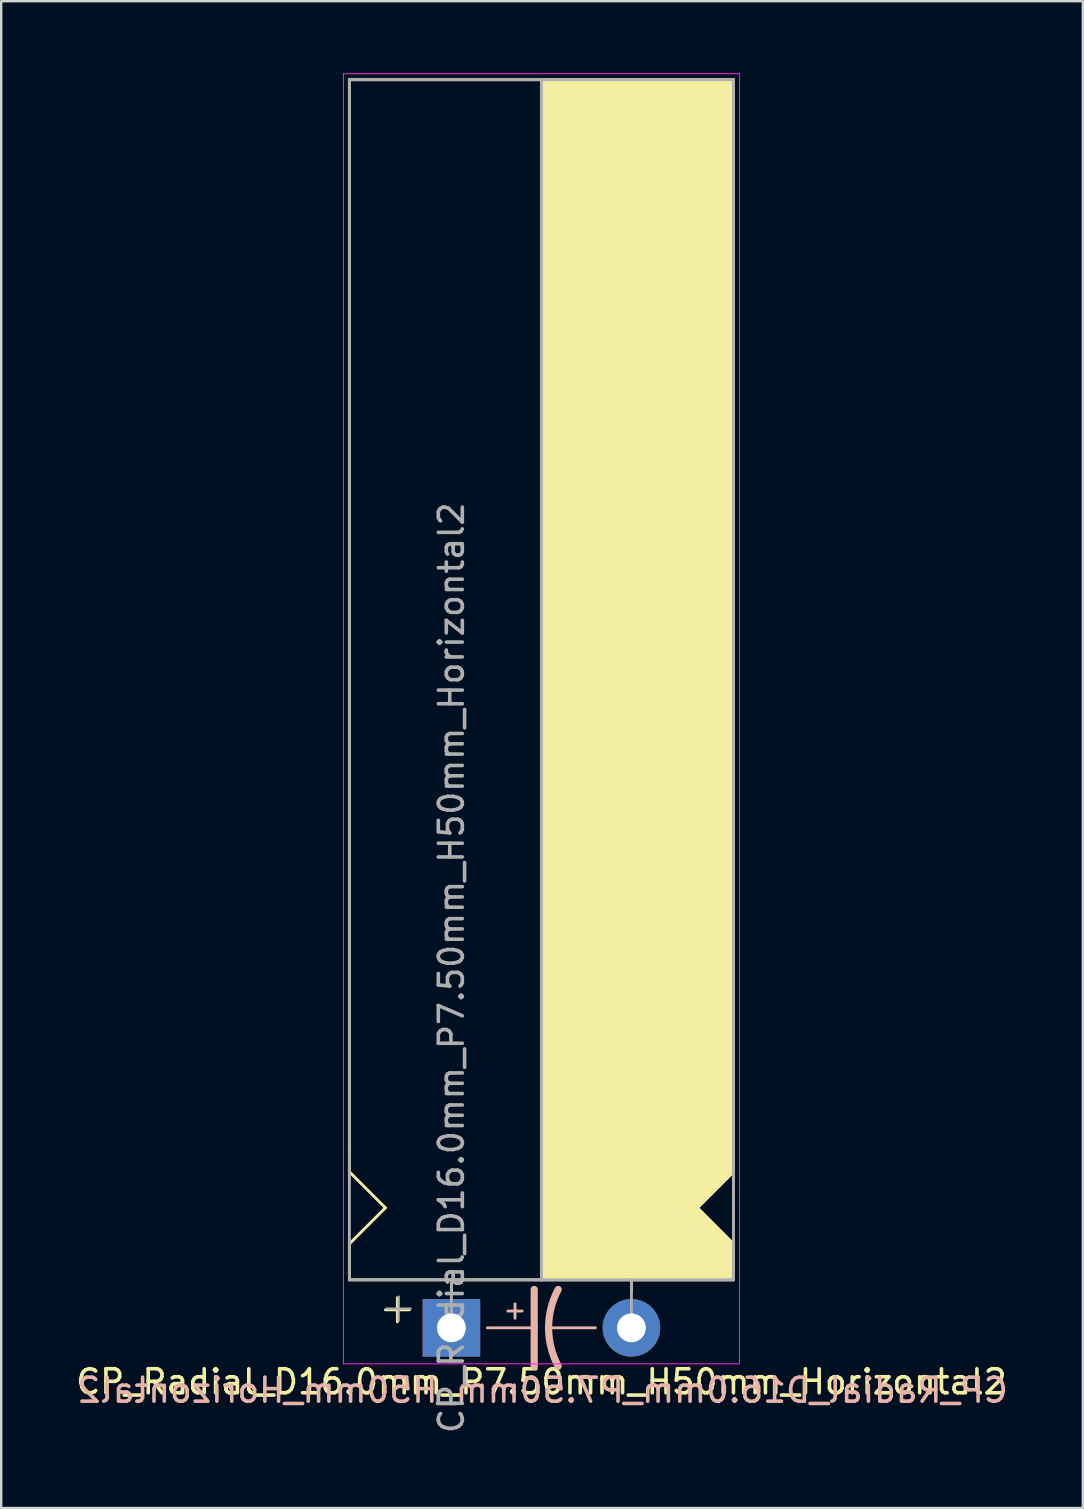
<source format=kicad_pcb>
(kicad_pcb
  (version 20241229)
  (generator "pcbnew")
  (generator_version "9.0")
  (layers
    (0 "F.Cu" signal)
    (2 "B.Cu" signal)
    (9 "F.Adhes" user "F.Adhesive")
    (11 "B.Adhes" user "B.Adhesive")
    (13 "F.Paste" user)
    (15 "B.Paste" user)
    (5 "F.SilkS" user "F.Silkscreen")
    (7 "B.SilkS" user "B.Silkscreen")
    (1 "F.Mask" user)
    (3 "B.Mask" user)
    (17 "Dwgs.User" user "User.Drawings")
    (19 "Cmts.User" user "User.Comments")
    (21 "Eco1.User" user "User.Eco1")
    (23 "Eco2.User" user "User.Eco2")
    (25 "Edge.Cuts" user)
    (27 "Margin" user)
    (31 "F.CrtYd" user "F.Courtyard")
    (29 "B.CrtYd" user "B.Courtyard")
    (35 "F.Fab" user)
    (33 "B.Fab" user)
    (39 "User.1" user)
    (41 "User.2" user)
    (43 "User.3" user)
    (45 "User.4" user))
  (footprint "CP_Radial_D16.0mm_P7.50mm_H50mm_Horizontal2"
    (layer "F.Cu")
    (at 15.756 52.27)
    (property "Reference" "CP_Radial_D16.0mm_P7.50mm_H50mm_Horizontal2" (at 3.75 2.25 0) (layer "F.SilkS") (effects (font (size 1 1) (thickness 0.15))))
    (fp_line (start -4.25 -7.5) (end -4.25 -52) (stroke (width 0.12) (type solid)) (layer "F.SilkS"))
    (fp_line (start -4.25 -6.5) (end -4.25 -7.5) (stroke (width 0.12) (type solid)) (layer "F.SilkS"))
    (fp_line (start -4.25 -3.5) (end -2.75 -5) (stroke (width 0.12) (type solid)) (layer "F.SilkS"))
    (fp_line (start -4.25 -2) (end -4.25 -3.5) (stroke (width 0.12) (type solid)) (layer "F.SilkS"))
    (fp_line (start -2.75 -5) (end -4.25 -6.5) (stroke (width 0.12) (type solid)) (layer "F.SilkS"))
    (fp_line (start -2.25 -1.25) (end -2.25 -0.25) (stroke (width 0.12) (type solid)) (layer "F.SilkS"))
    (fp_line (start -1.75 -0.75) (end -2.75 -0.75) (stroke (width 0.12) (type solid)) (layer "F.SilkS"))
    (fp_line (start 0 -1.5) (end 0 -2) (stroke (width 0.12) (type solid)) (layer "F.SilkS"))
    (fp_line (start 3.75 -2) (end -4.25 -2) (stroke (width 0.12) (type solid)) (layer "F.SilkS"))
    (fp_line (start 3.75 -2) (end 3.75 -52) (stroke (width 0.12) (type solid)) (layer "F.SilkS"))
    (fp_line (start 3.75 -2) (end 11.75 -2) (stroke (width 0.12) (type solid)) (layer "F.SilkS"))
    (fp_line (start 7.5 -1.5) (end 7.5 -2) (stroke (width 0.12) (type solid)) (layer "F.SilkS"))
    (fp_line (start 10.25 -5) (end 11.75 -6.5) (stroke (width 0.12) (type solid)) (layer "F.SilkS"))
    (fp_line (start 11.75 -52) (end -4.25 -52) (stroke (width 0.12) (type solid)) (layer "F.SilkS"))
    (fp_line (start 11.75 -52) (end 11.75 -6.5) (stroke (width 0.12) (type solid)) (layer "F.SilkS"))
    (fp_line (start 11.75 -3.5) (end 10.25 -5) (stroke (width 0.12) (type solid)) (layer "F.SilkS"))
    (fp_line (start 11.75 -2) (end 11.75 -3.5) (stroke (width 0.12) (type solid)) (layer "F.SilkS"))
    (fp_poly (pts (xy 11.75 -3.5) (xy 10.25 -5) (xy 11.75 -6.5) (xy 11.75 -52) (xy 3.75 -52) (xy 3.75 -2) (xy 11.75 -2)) (stroke (width 0.1) (type solid)) (fill yes) (layer "F.SilkS"))
    (fp_line (start 1.5 0) (end 3.45 0) (stroke (width 0.12) (type solid)) (layer "B.SilkS"))
    (fp_line (start 2.35 -0.7) (end 2.95 -0.7) (stroke (width 0.12) (type solid)) (layer "B.SilkS"))
    (fp_line (start 2.65 -0.4) (end 2.65 -1) (stroke (width 0.12) (type solid)) (layer "B.SilkS"))
    (fp_line (start 3.45 0) (end 3.45 -1.6) (stroke (width 0.3) (type solid)) (layer "B.SilkS"))
    (fp_line (start 3.45 0) (end 3.45 1.6) (stroke (width 0.3) (type solid)) (layer "B.SilkS"))
    (fp_line (start 6 0) (end 4.05 0) (stroke (width 0.12) (type solid)) (layer "B.SilkS"))
    (fp_arc (start 4.05 0) (mid 4.150512 -0.824872) (end 4.45 -1.6) (stroke (width 0.3) (type solid)) (layer "B.SilkS"))
    (fp_arc (start 4.45 1.596157) (mid 4.151652 0.822725) (end 4.05 0) (stroke (width 0.3) (type solid)) (layer "B.SilkS"))
    (fp_line (start -4.5 -52.25) (end -4.5 1.5) (stroke (width 0.04) (type solid)) (layer "F.CrtYd"))
    (fp_line (start -4.5 1.5) (end 12 1.5) (stroke (width 0.04) (type solid)) (layer "F.CrtYd"))
    (fp_line (start 12 -52.25) (end -4.5 -52.25) (stroke (width 0.04) (type solid)) (layer "F.CrtYd"))
    (fp_line (start 12 1.5) (end 12 -52.25) (stroke (width 0.04) (type solid)) (layer "F.CrtYd"))
    (fp_line (start -4.25 -52) (end 11.75 -52) (stroke (width 0.12) (type solid)) (layer "F.Fab"))
    (fp_line (start -4.25 -2) (end -4.25 -52) (stroke (width 0.12) (type solid)) (layer "F.Fab"))
    (fp_line (start -2.7 -0.8) (end -1.7 -0.8) (stroke (width 0.1) (type solid)) (layer "F.Fab"))
    (fp_line (start -2.2 -0.3) (end -2.2 -1.3) (stroke (width 0.1) (type solid)) (layer "F.Fab"))
    (fp_line (start 0 -2) (end -4.25 -2) (stroke (width 0.12) (type solid)) (layer "F.Fab"))
    (fp_line (start 0 0) (end 0 -2) (stroke (width 0.12) (type solid)) (layer "F.Fab"))
    (fp_line (start 3.75 -2) (end 3.75 -52) (stroke (width 0.12) (type solid)) (layer "F.Fab"))
    (fp_line (start 7.5 0) (end 7.5 -2) (stroke (width 0.12) (type solid)) (layer "F.Fab"))
    (fp_line (start 11.75 -52) (end 11.75 -2) (stroke (width 0.12) (type solid)) (layer "F.Fab"))
    (fp_line (start 11.75 -2) (end 0 -2) (stroke (width 0.12) (type solid)) (layer "F.Fab"))
    (fp_poly (pts (xy 11.75 -52) (xy 3.75 -52) (xy 3.75 -2) (xy 11.75 -2)) (stroke (width 0.1) (type solid)) (fill no) (layer "F.Fab"))
    (fp_text user "${REFERENCE}" (at 3.8 2.6 0) (layer "B.SilkS") (effects (font (size 1 1) (thickness 0.15)) (justify mirror)))
    (fp_text user "${REFERENCE}" (at 0 -15 90) (layer "F.Fab") (effects (font (size 1 1) (thickness 0.15))))
    (pad "1" thru_hole rect (at 0 0) (size 2.4 2.4) (drill 1.2) (layers "*.Cu" "*.Mask"))
    (pad "2" thru_hole circle (at 7.5 0) (size 2.4 2.4) (drill 1.2) (layers "*.Cu" "*.Mask")))
  (gr_rect
    (start -3 -3)
    (end 42.062 59.776)
    (stroke (width 0.1) (type default))
    (fill no)
    (layer "Edge.Cuts")))
</source>
